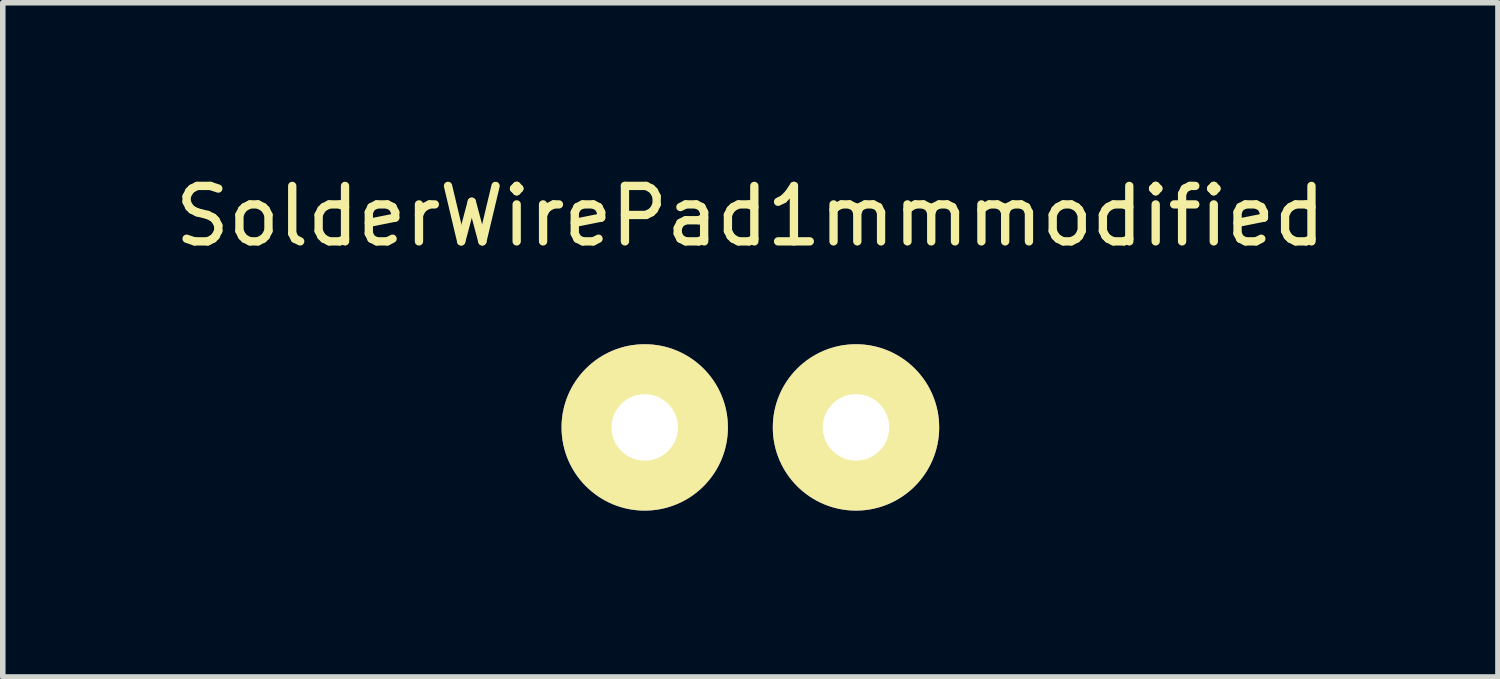
<source format=kicad_pcb>
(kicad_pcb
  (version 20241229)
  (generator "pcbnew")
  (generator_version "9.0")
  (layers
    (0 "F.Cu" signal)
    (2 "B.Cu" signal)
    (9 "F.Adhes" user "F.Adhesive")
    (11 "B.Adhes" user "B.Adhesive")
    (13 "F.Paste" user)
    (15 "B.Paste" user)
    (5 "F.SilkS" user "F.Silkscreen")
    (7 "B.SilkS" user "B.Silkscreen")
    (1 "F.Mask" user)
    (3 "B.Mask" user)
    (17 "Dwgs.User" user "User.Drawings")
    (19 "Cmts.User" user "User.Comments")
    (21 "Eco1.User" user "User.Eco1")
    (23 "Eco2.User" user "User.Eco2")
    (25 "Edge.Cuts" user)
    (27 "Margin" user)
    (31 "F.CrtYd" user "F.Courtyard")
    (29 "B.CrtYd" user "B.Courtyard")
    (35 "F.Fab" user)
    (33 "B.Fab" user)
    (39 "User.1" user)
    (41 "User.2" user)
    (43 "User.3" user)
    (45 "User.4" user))
  (footprint "SolderWirePad1mmmodified"
    (layer "F.Cu")
    (at 10.482 4.658)
    (property "Reference" "SolderWirePad1mmmodified" (at 0 -3.81 0) (layer "F.SilkS") (effects (font (size 1 1) (thickness 0.15))))
    (attr through_hole)
    (pad "1" thru_hole circle (at -1.905 0) (size 3 3) (drill 1.199) (layers "*.Cu" "*.Mask" "F.SilkS"))
    (pad "2" thru_hole circle (at 1.905 0) (size 3 3) (drill 1.199) (layers "*.Cu" "*.Mask" "F.SilkS")))
  (gr_rect
    (start -3 -3)
    (end 23.964 9.158)
    (stroke (width 0.1) (type default))
    (fill no)
    (layer "Edge.Cuts")))
</source>
